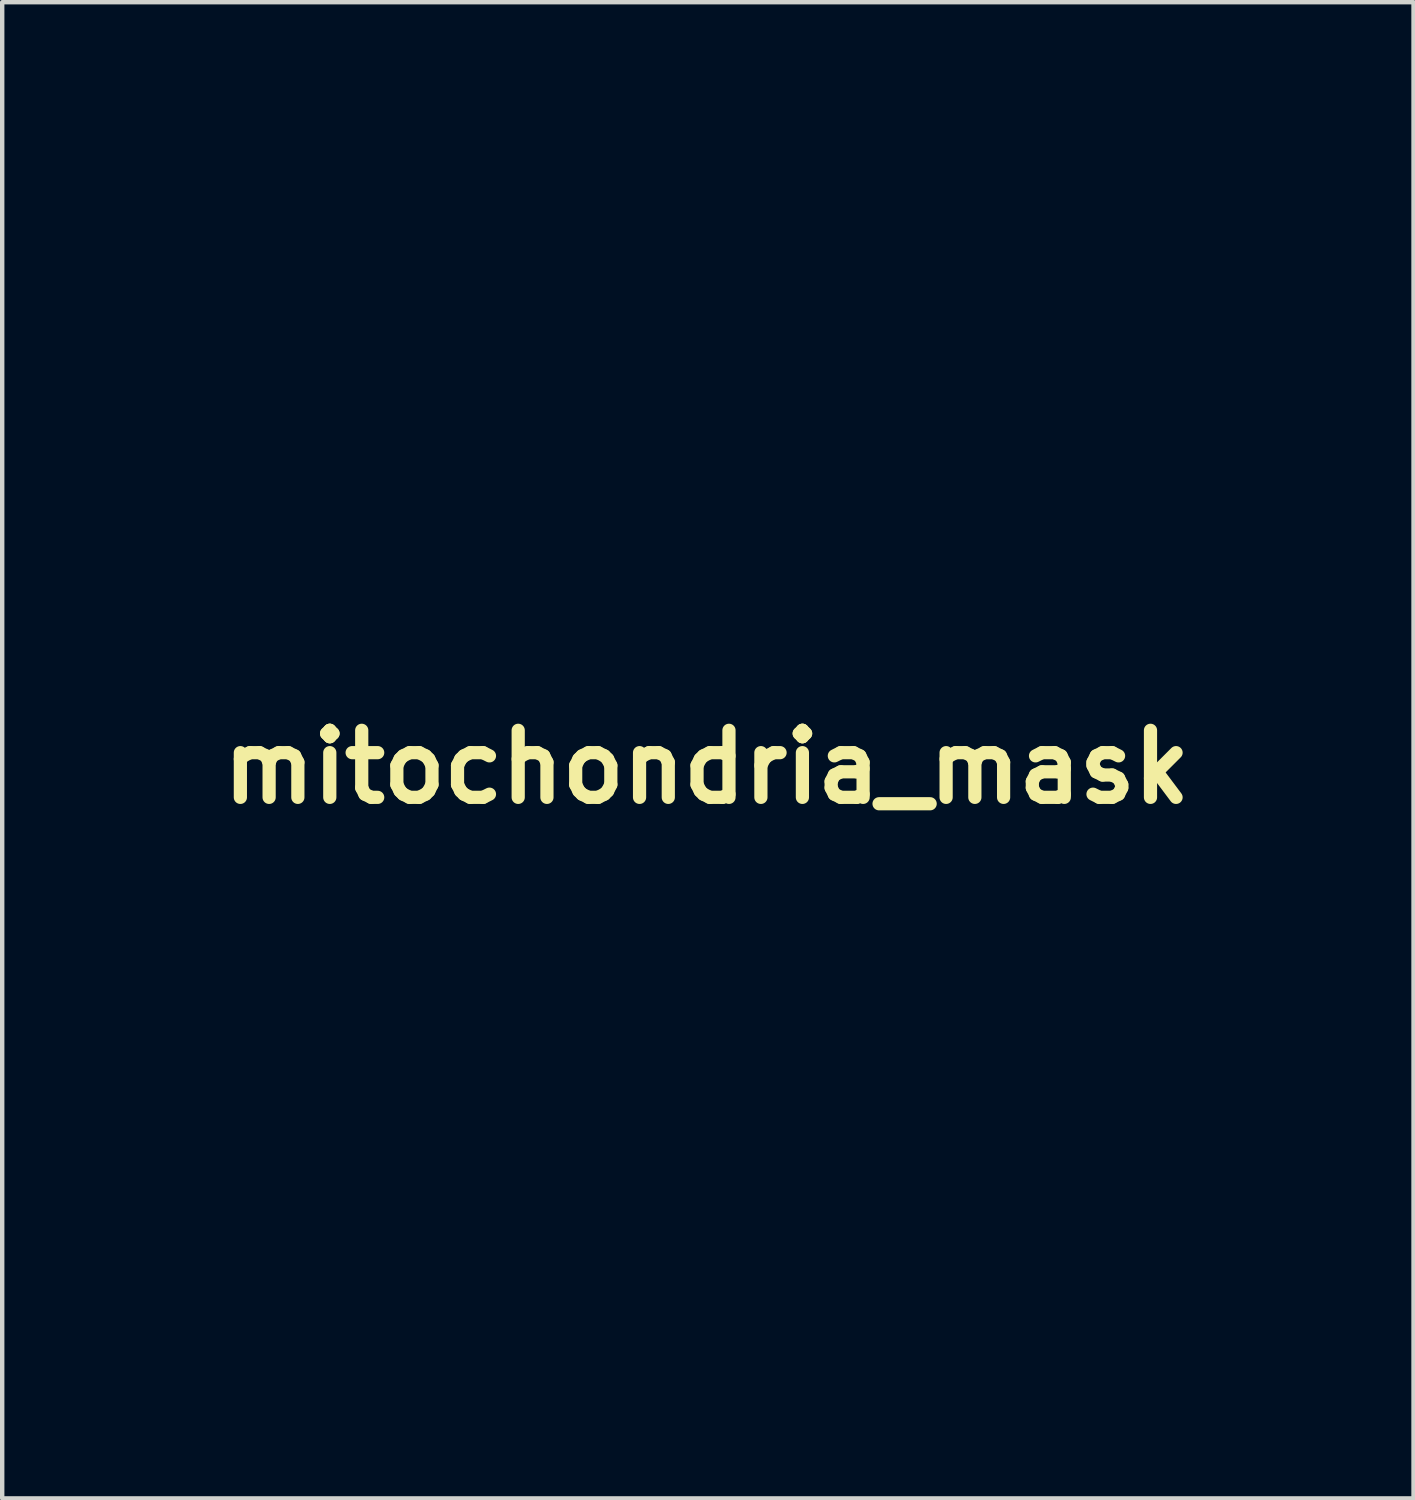
<source format=kicad_pcb>
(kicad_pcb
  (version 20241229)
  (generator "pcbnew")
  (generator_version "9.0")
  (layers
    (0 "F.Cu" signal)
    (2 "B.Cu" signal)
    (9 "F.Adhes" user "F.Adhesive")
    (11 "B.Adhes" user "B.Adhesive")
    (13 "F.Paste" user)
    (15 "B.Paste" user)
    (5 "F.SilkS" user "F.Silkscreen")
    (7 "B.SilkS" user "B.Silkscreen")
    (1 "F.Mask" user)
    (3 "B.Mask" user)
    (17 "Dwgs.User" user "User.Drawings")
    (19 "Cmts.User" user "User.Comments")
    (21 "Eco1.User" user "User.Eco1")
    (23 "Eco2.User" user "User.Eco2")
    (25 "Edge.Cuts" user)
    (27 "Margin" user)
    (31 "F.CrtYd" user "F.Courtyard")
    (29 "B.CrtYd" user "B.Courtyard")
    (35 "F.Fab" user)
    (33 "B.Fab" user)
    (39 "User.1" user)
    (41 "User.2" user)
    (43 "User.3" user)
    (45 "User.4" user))
  (footprint "mitochondria_mask"
    (layer "F.Cu")
    (at 13.008 14.381)
    (property "Reference" "mitochondria_mask" (at 0 0 0) (layer "F.SilkS") (effects (font (size 1.524 1.524) (thickness 0.3))))
    (attr through_hole)
    (fp_poly (pts (xy -3.432 -14.368) (xy -3.365 -14.364) (xy -2.974 -14.295) (xy -2.592 -14.147) (xy -2.241 -13.933) (xy -1.939 -13.666) (xy -1.709 -13.361) (xy -1.648 -13.244) (xy -1.606 -13.149) (xy -1.575 -13.059) (xy -1.553 -12.957) (xy -1.539 -12.827) (xy -1.53 -12.651) (xy -1.526 -12.413) (xy -1.525 -12.096) (xy -1.524 -11.951) (xy -1.523 -11.64) (xy -1.52 -11.367) (xy -1.516 -11.146) (xy -1.51 -10.994) (xy -1.503 -10.925) (xy -1.501 -10.922) (xy -1.453 -10.95) (xy -1.34 -11.025) (xy -1.179 -11.135) (xy -1.006 -11.257) (xy -0.718 -11.457) (xy -0.493 -11.601) (xy -0.315 -11.698) (xy -0.166 -11.755) (xy -0.03 -11.781) (xy 0.061 -11.785) (xy 0.216 -11.774) (xy 0.354 -11.735) (xy 0.486 -11.658) (xy 0.619 -11.535) (xy 0.764 -11.355) (xy 0.929 -11.11) (xy 1.123 -10.79) (xy 1.294 -10.493) (xy 1.455 -10.212) (xy 1.585 -9.983) (xy 1.688 -9.791) (xy 1.766 -9.621) (xy 1.823 -9.458) (xy 1.863 -9.287) (xy 1.889 -9.093) (xy 1.905 -8.861) (xy 1.913 -8.575) (xy 1.917 -8.22) (xy 1.92 -7.782) (xy 1.921 -7.691) (xy 1.937 -6.059) (xy 2.547 -5.901) (xy 3.187 -5.703) (xy 3.734 -5.465) (xy 4.188 -5.186) (xy 4.551 -4.865) (xy 4.821 -4.503) (xy 4.889 -4.378) (xy 5.055 -4.041) (xy 5.086 -1.115) (xy 5.695 -1.688) (xy 5.97 -1.943) (xy 6.186 -2.135) (xy 6.356 -2.27) (xy 6.492 -2.358) (xy 6.607 -2.406) (xy 6.714 -2.422) (xy 6.825 -2.415) (xy 6.833 -2.413) (xy 7.072 -2.349) (xy 7.371 -2.222) (xy 7.714 -2.044) (xy 8.089 -1.823) (xy 8.482 -1.57) (xy 8.879 -1.294) (xy 9.266 -1.005) (xy 9.63 -0.712) (xy 9.957 -0.425) (xy 10.234 -0.154) (xy 10.446 0.092) (xy 10.523 0.2) (xy 10.668 0.426) (xy 10.668 1.89) (xy 10.669 2.263) (xy 10.671 2.602) (xy 10.675 2.892) (xy 10.679 3.122) (xy 10.684 3.279) (xy 10.69 3.35) (xy 10.692 3.353) (xy 10.746 3.331) (xy 10.865 3.275) (xy 11.024 3.196) (xy 11.035 3.19) (xy 11.373 3.053) (xy 11.683 3) (xy 11.955 3.029) (xy 12.181 3.139) (xy 12.353 3.329) (xy 12.387 3.389) (xy 12.516 3.675) (xy 12.649 4.026) (xy 12.777 4.408) (xy 12.886 4.786) (xy 12.956 5.082) (xy 12.983 5.215) (xy 13.005 5.341) (xy 13.022 5.471) (xy 13.036 5.616) (xy 13.046 5.787) (xy 13.053 5.996) (xy 13.058 6.254) (xy 13.06 6.572) (xy 13.061 6.96) (xy 13.06 7.43) (xy 13.059 7.844) (xy 13.056 8.43) (xy 13.051 8.92) (xy 13.045 9.321) (xy 13.037 9.638) (xy 13.027 9.877) (xy 13.015 10.044) (xy 13.001 10.146) (xy 12.99 10.181) (xy 12.971 10.195) (xy 12.955 10.162) (xy 12.942 10.071) (xy 12.931 9.914) (xy 12.921 9.683) (xy 12.913 9.368) (xy 12.904 8.961) (xy 12.903 8.915) (xy 12.895 8.509) (xy 12.888 8.195) (xy 12.88 7.964) (xy 12.872 7.807) (xy 12.862 7.714) (xy 12.849 7.677) (xy 12.833 7.686) (xy 12.813 7.731) (xy 12.807 7.747) (xy 12.553 8.328) (xy 12.204 8.887) (xy 11.764 9.42) (xy 11.239 9.922) (xy 10.634 10.387) (xy 9.952 10.81) (xy 9.794 10.896) (xy 9.007 11.274) (xy 8.128 11.621) (xy 7.163 11.935) (xy 6.116 12.214) (xy 5.527 12.348) (xy 5.353 12.38) (xy 5.241 12.383) (xy 5.154 12.353) (xy 5.11 12.327) (xy 5.011 12.267) (xy 4.955 12.243) (xy 4.945 12.291) (xy 4.937 12.421) (xy 4.931 12.617) (xy 4.928 12.858) (xy 4.928 12.929) (xy 4.926 13.21) (xy 4.92 13.404) (xy 4.908 13.526) (xy 4.889 13.591) (xy 4.86 13.614) (xy 4.851 13.614) (xy 4.824 13.601) (xy 4.804 13.553) (xy 4.789 13.458) (xy 4.778 13.302) (xy 4.771 13.073) (xy 4.765 12.759) (xy 4.764 12.662) (xy 4.76 12.243) (xy 4.759 11.911) (xy 4.763 11.65) (xy 4.768 11.511) (xy 5.232 11.511) (xy 5.247 11.727) (xy 5.296 11.85) (xy 5.387 11.884) (xy 5.528 11.834) (xy 5.682 11.735) (xy 6.057 11.735) (xy 6.131 11.722) (xy 6.282 11.686) (xy 6.489 11.634) (xy 6.73 11.569) (xy 6.76 11.561) (xy 7.666 11.284) (xy 8.508 10.97) (xy 9.279 10.623) (xy 9.975 10.246) (xy 10.589 9.843) (xy 11.115 9.416) (xy 11.548 8.969) (xy 11.62 8.882) (xy 12 8.337) (xy 12.285 7.78) (xy 12.477 7.198) (xy 12.548 6.853) (xy 12.574 6.628) (xy 12.572 6.421) (xy 12.537 6.211) (xy 12.463 5.972) (xy 12.346 5.681) (xy 12.265 5.498) (xy 12.154 5.267) (xy 12.06 5.116) (xy 11.966 5.028) (xy 11.856 4.987) (xy 11.727 4.978) (xy 11.572 4.991) (xy 11.401 5.033) (xy 11.204 5.107) (xy 10.976 5.218) (xy 10.71 5.371) (xy 10.397 5.569) (xy 10.031 5.817) (xy 9.605 6.119) (xy 9.111 6.479) (xy 8.833 6.685) (xy 8.504 6.928) (xy 8.196 7.155) (xy 7.918 7.357) (xy 7.683 7.526) (xy 7.501 7.655) (xy 7.383 7.735) (xy 7.348 7.756) (xy 7.203 7.832) (xy 7.332 7.967) (xy 7.437 8.102) (xy 7.513 8.241) (xy 7.515 8.246) (xy 7.539 8.366) (xy 7.557 8.564) (xy 7.567 8.818) (xy 7.571 9.107) (xy 7.569 9.407) (xy 7.56 9.696) (xy 7.546 9.952) (xy 7.526 10.154) (xy 7.5 10.278) (xy 7.497 10.284) (xy 7.405 10.436) (xy 7.238 10.634) (xy 7.007 10.868) (xy 6.724 11.128) (xy 6.406 11.394) (xy 6.242 11.531) (xy 6.122 11.642) (xy 6.058 11.714) (xy 6.057 11.735) (xy 5.682 11.735) (xy 5.695 11.727) (xy 5.943 11.541) (xy 6.21 11.329) (xy 6.478 11.105) (xy 6.728 10.887) (xy 6.943 10.688) (xy 7.105 10.525) (xy 7.166 10.455) (xy 7.366 10.202) (xy 7.366 8.981) (xy 7.054 9.27) (xy 6.886 9.418) (xy 6.667 9.603) (xy 6.425 9.8) (xy 6.21 9.969) (xy 5.995 10.142) (xy 5.796 10.315) (xy 5.635 10.466) (xy 5.534 10.579) (xy 5.531 10.583) (xy 5.378 10.86) (xy 5.273 11.183) (xy 5.232 11.502) (xy 5.232 11.511) (xy 4.768 11.511) (xy 4.771 11.445) (xy 4.784 11.283) (xy 4.804 11.146) (xy 4.831 11.022) (xy 4.858 10.923) (xy 4.922 10.724) (xy 4.997 10.547) (xy 5.095 10.382) (xy 5.225 10.216) (xy 5.397 10.037) (xy 5.622 9.833) (xy 5.91 9.594) (xy 6.243 9.329) (xy 6.573 9.059) (xy 6.818 8.834) (xy 6.978 8.65) (xy 7.057 8.503) (xy 7.057 8.388) (xy 6.98 8.3) (xy 6.828 8.235) (xy 6.809 8.23) (xy 6.597 8.204) (xy 6.32 8.223) (xy 5.971 8.289) (xy 5.542 8.402) (xy 5.334 8.465) (xy 5.087 8.543) (xy 4.881 8.613) (xy 4.703 8.685) (xy 4.54 8.766) (xy 4.378 8.866) (xy 4.204 8.994) (xy 4.004 9.158) (xy 3.765 9.367) (xy 3.475 9.631) (xy 3.236 9.849) (xy 2.816 10.228) (xy 2.456 10.539) (xy 2.147 10.788) (xy 1.881 10.979) (xy 1.649 11.12) (xy 1.441 11.215) (xy 1.249 11.271) (xy 1.064 11.293) (xy 1.016 11.294) (xy 0.652 11.246) (xy 0.321 11.103) (xy 0.023 10.863) (xy -0.159 10.648) (xy -0.305 10.45) (xy -0.305 11.325) (xy -0.306 11.656) (xy -0.312 11.896) (xy -0.322 12.056) (xy -0.337 12.147) (xy -0.359 12.18) (xy -0.368 12.179) (xy -0.388 12.15) (xy -0.403 12.069) (xy -0.414 11.929) (xy -0.423 11.721) (xy -0.428 11.437) (xy -0.431 11.066) (xy -0.432 10.664) (xy -0.432 10.32) (xy 0.277 10.32) (xy 0.289 10.445) (xy 0.395 10.579) (xy 0.591 10.715) (xy 0.61 10.725) (xy 0.86 10.809) (xy 1.131 10.798) (xy 1.429 10.693) (xy 1.662 10.558) (xy 1.831 10.436) (xy 2.047 10.265) (xy 2.285 10.066) (xy 2.519 9.86) (xy 2.558 9.825) (xy 2.961 9.458) (xy 3.3 9.153) (xy 3.585 8.903) (xy 3.826 8.7) (xy 4.035 8.538) (xy 4.221 8.409) (xy 4.396 8.306) (xy 4.569 8.222) (xy 4.751 8.15) (xy 4.953 8.083) (xy 5.184 8.013) (xy 5.235 7.998) (xy 5.895 7.806) (xy 5.891 6.497) (xy 5.89 6.166) (xy 6.045 6.166) (xy 6.045 7.753) (xy 6.553 7.745) (xy 7.06 7.737) (xy 7.429 7.492) (xy 7.576 7.391) (xy 7.788 7.24) (xy 8.046 7.052) (xy 8.335 6.84) (xy 8.637 6.616) (xy 8.803 6.491) (xy 9.377 6.066) (xy 9.882 5.706) (xy 10.322 5.41) (xy 10.705 5.175) (xy 11.034 4.998) (xy 11.316 4.877) (xy 11.557 4.809) (xy 11.762 4.792) (xy 11.936 4.823) (xy 12.086 4.901) (xy 12.18 4.982) (xy 12.294 5.076) (xy 12.377 5.089) (xy 12.396 5.08) (xy 12.433 5.043) (xy 12.442 4.98) (xy 12.424 4.865) (xy 12.381 4.692) (xy 12.317 4.481) (xy 12.226 4.226) (xy 12.126 3.973) (xy 12.101 3.915) (xy 12.003 3.702) (xy 11.928 3.568) (xy 11.863 3.494) (xy 11.797 3.464) (xy 11.786 3.462) (xy 11.657 3.46) (xy 11.509 3.489) (xy 11.336 3.556) (xy 11.131 3.663) (xy 10.889 3.814) (xy 10.602 4.015) (xy 10.265 4.268) (xy 9.872 4.579) (xy 9.416 4.952) (xy 8.966 5.326) (xy 8.536 5.683) (xy 8.171 5.976) (xy 7.864 6.211) (xy 7.605 6.393) (xy 7.387 6.527) (xy 7.199 6.62) (xy 7.035 6.676) (xy 6.885 6.702) (xy 6.819 6.704) (xy 6.698 6.697) (xy 6.598 6.664) (xy 6.491 6.59) (xy 6.346 6.458) (xy 6.324 6.436) (xy 6.045 6.166) (xy 5.89 6.166) (xy 5.89 6.095) (xy 5.892 5.78) (xy 5.895 5.54) (xy 5.899 5.45) (xy 6.351 5.45) (xy 6.378 5.626) (xy 6.452 5.817) (xy 6.556 5.999) (xy 6.674 6.147) (xy 6.792 6.235) (xy 6.85 6.248) (xy 6.935 6.224) (xy 7.069 6.162) (xy 7.158 6.113) (xy 7.293 6.031) (xy 7.442 5.93) (xy 7.616 5.803) (xy 7.825 5.643) (xy 8.077 5.441) (xy 8.384 5.191) (xy 8.754 4.885) (xy 8.916 4.75) (xy 9.197 4.518) (xy 9.472 4.292) (xy 9.725 4.088) (xy 9.939 3.917) (xy 10.099 3.794) (xy 10.146 3.759) (xy 10.462 3.531) (xy 10.46 2.362) (xy 10.459 1.98) (xy 10.455 1.691) (xy 10.449 1.485) (xy 10.439 1.354) (xy 10.425 1.288) (xy 10.407 1.279) (xy 10.398 1.29) (xy 10.118 1.699) (xy 9.781 2.127) (xy 9.404 2.562) (xy 8.999 2.988) (xy 8.58 3.393) (xy 8.162 3.763) (xy 7.759 4.084) (xy 7.384 4.343) (xy 7.132 4.486) (xy 6.807 4.687) (xy 6.564 4.917) (xy 6.41 5.167) (xy 6.352 5.431) (xy 6.351 5.45) (xy 5.899 5.45) (xy 5.903 5.359) (xy 5.915 5.223) (xy 5.933 5.119) (xy 5.957 5.033) (xy 5.989 4.951) (xy 5.997 4.932) (xy 6.155 4.671) (xy 6.391 4.417) (xy 6.683 4.192) (xy 6.89 4.073) (xy 7.086 3.964) (xy 7.312 3.822) (xy 7.518 3.68) (xy 7.717 3.521) (xy 7.964 3.304) (xy 8.242 3.046) (xy 8.534 2.764) (xy 8.82 2.477) (xy 9.082 2.202) (xy 9.304 1.957) (xy 9.41 1.83) (xy 9.716 1.45) (xy 9.324 1.08) (xy 9.042 0.834) (xy 8.717 0.583) (xy 8.366 0.337) (xy 8.007 0.108) (xy 7.658 -0.094) (xy 7.335 -0.257) (xy 7.056 -0.373) (xy 6.877 -0.422) (xy 6.822 -0.429) (xy 6.765 -0.422) (xy 6.699 -0.397) (xy 6.615 -0.347) (xy 6.506 -0.266) (xy 6.365 -0.147) (xy 6.184 0.015) (xy 5.956 0.228) (xy 5.672 0.496) (xy 5.325 0.827) (xy 5.188 0.958) (xy 4.909 1.225) (xy 4.641 1.482) (xy 4.396 1.716) (xy 4.187 1.915) (xy 4.027 2.068) (xy 3.937 2.154) (xy 3.806 2.279) (xy 3.746 2.341) (xy 3.753 2.348) (xy 3.824 2.306) (xy 3.886 2.266) (xy 4.219 2.093) (xy 4.527 2.013) (xy 4.823 2.025) (xy 5.119 2.128) (xy 5.131 2.134) (xy 5.277 2.216) (xy 5.391 2.303) (xy 5.477 2.41) (xy 5.538 2.549) (xy 5.578 2.732) (xy 5.6 2.972) (xy 5.608 3.283) (xy 5.604 3.676) (xy 5.6 3.886) (xy 5.575 5.004) (xy 2.942 7.611) (xy 2.512 8.039) (xy 2.102 8.447) (xy 1.72 8.83) (xy 1.369 9.182) (xy 1.058 9.498) (xy 0.79 9.771) (xy 0.573 9.996) (xy 0.411 10.167) (xy 0.31 10.277) (xy 0.277 10.32) (xy -0.432 10.32) (xy -0.432 9.8) (xy 0.023 9.8) (xy 0.047 9.944) (xy 0.084 10.074) (xy 0.111 10.15) (xy 0.116 10.158) (xy 0.153 10.123) (xy 0.257 10.022) (xy 0.421 9.861) (xy 0.64 9.645) (xy 0.909 9.38) (xy 1.222 9.071) (xy 1.573 8.724) (xy 1.957 8.345) (xy 2.367 7.939) (xy 2.781 7.53) (xy 5.436 4.902) (xy 5.436 4.256) (xy 5.436 3.61) (xy 4.991 4.074) (xy 4.85 4.219) (xy 4.648 4.424) (xy 4.397 4.675) (xy 4.108 4.963) (xy 3.793 5.275) (xy 3.465 5.599) (xy 3.175 5.884) (xy 2.571 6.478) (xy 2.04 7.005) (xy 1.578 7.465) (xy 1.186 7.862) (xy 0.86 8.197) (xy 0.599 8.472) (xy 0.402 8.688) (xy 0.265 8.849) (xy 0.188 8.955) (xy 0.176 8.977) (xy 0.081 9.242) (xy 0.028 9.53) (xy 0.023 9.8) (xy -0.432 9.8) (xy -0.432 9.169) (xy -0.264 8.815) (xy -0.228 8.743) (xy -0.186 8.67) (xy -0.134 8.591) (xy -0.065 8.5) (xy 0.026 8.392) (xy 0.144 8.26) (xy 0.294 8.099) (xy 0.482 7.904) (xy 0.712 7.669) (xy 0.991 7.388) (xy 1.323 7.055) (xy 1.715 6.666) (xy 2.17 6.213) (xy 2.441 5.945) (xy 2.957 5.433) (xy 3.405 4.986) (xy 3.79 4.601) (xy 4.117 4.27) (xy 4.389 3.99) (xy 4.611 3.755) (xy 4.789 3.559) (xy 4.927 3.398) (xy 5.028 3.265) (xy 5.098 3.156) (xy 5.142 3.066) (xy 5.164 2.989) (xy 5.168 2.919) (xy 5.159 2.852) (xy 5.151 2.817) (xy 5.07 2.681) (xy 4.921 2.568) (xy 4.737 2.5) (xy 4.633 2.489) (xy 4.538 2.497) (xy 4.434 2.522) (xy 4.316 2.571) (xy 4.178 2.646) (xy 4.014 2.754) (xy 3.818 2.899) (xy 3.582 3.085) (xy 3.303 3.318) (xy 2.972 3.601) (xy 2.585 3.939) (xy 2.134 4.338) (xy 1.675 4.748) (xy 1.099 5.262) (xy 0.592 5.712) (xy 0.148 6.103) (xy -0.241 6.441) (xy -0.58 6.728) (xy -0.875 6.972) (xy -1.134 7.176) (xy -1.361 7.345) (xy -1.564 7.484) (xy -1.749 7.598) (xy -1.922 7.692) (xy -2.089 7.77) (xy -2.257 7.837) (xy -2.432 7.899) (xy -2.463 7.909) (xy -2.857 8.004) (xy -3.278 8.046) (xy -3.692 8.034) (xy -4.066 7.969) (xy -4.186 7.931) (xy -4.548 7.777) (xy -4.901 7.576) (xy -5.254 7.319) (xy -5.617 6.998) (xy -5.999 6.606) (xy -6.41 6.134) (xy -6.662 5.824) (xy -7.125 5.244) (xy -6.519 5.244) (xy -6.517 5.246) (xy -6.027 5.867) (xy -5.559 6.391) (xy -5.112 6.818) (xy -4.685 7.149) (xy -4.277 7.385) (xy -3.99 7.498) (xy -3.765 7.543) (xy -3.48 7.563) (xy -3.175 7.558) (xy -2.888 7.53) (xy -2.689 7.487) (xy -2.511 7.43) (xy -2.338 7.364) (xy -2.163 7.283) (xy -1.979 7.183) (xy -1.78 7.058) (xy -1.56 6.905) (xy -1.311 6.717) (xy -1.028 6.49) (xy -0.703 6.22) (xy -0.331 5.9) (xy 0.096 5.527) (xy 0.583 5.094) (xy 1.137 4.599) (xy 1.199 4.543) (xy 1.567 4.213) (xy 1.864 3.946) (xy 2.093 3.738) (xy 2.26 3.584) (xy 2.368 3.48) (xy 2.423 3.422) (xy 2.427 3.404) (xy 2.386 3.423) (xy 2.303 3.473) (xy 2.184 3.551) (xy 2.068 3.627) (xy 1.506 3.956) (xy 0.938 4.21) (xy 0.378 4.384) (xy -0.159 4.473) (xy -0.356 4.483) (xy -0.692 4.47) (xy -0.951 4.411) (xy -1.146 4.304) (xy -1.243 4.209) (xy -1.287 4.154) (xy -1.32 4.099) (xy -1.343 4.028) (xy -1.358 3.927) (xy -1.366 3.779) (xy -1.37 3.57) (xy -1.371 3.289) (xy -1.218 3.289) (xy -1.213 3.598) (xy -1.195 3.824) (xy -1.157 3.985) (xy -1.094 4.098) (xy -1 4.182) (xy -0.914 4.232) (xy -0.725 4.29) (xy -0.465 4.31) (xy -0.155 4.296) (xy 0.18 4.248) (xy 0.519 4.168) (xy 0.61 4.141) (xy 0.937 4.024) (xy 1.267 3.878) (xy 1.607 3.699) (xy 1.963 3.481) (xy 2.342 3.219) (xy 2.75 2.909) (xy 3.195 2.546) (xy 3.681 2.124) (xy 4.217 1.639) (xy 4.808 1.087) (xy 5.283 0.633) (xy 5.634 0.296) (xy 5.921 0.025) (xy 6.152 -0.188) (xy 6.334 -0.349) (xy 6.476 -0.465) (xy 6.586 -0.542) (xy 6.671 -0.587) (xy 6.739 -0.607) (xy 6.771 -0.609) (xy 6.975 -0.577) (xy 7.241 -0.486) (xy 7.554 -0.344) (xy 7.898 -0.161) (xy 8.261 0.056) (xy 8.626 0.298) (xy 8.979 0.556) (xy 9.307 0.822) (xy 9.517 1.012) (xy 9.673 1.157) (xy 9.78 1.23) (xy 9.859 1.226) (xy 9.933 1.141) (xy 10.026 0.972) (xy 10.056 0.914) (xy 10.141 0.739) (xy 10.179 0.612) (xy 10.163 0.505) (xy 10.088 0.388) (xy 9.948 0.23) (xy 9.927 0.207) (xy 9.697 -0.022) (xy 9.417 -0.271) (xy 9.102 -0.529) (xy 8.762 -0.789) (xy 8.411 -1.042) (xy 8.061 -1.279) (xy 7.725 -1.491) (xy 7.415 -1.672) (xy 7.145 -1.811) (xy 6.926 -1.9) (xy 6.774 -1.93) (xy 6.741 -1.93) (xy 6.708 -1.924) (xy 6.669 -1.907) (xy 6.616 -1.873) (xy 6.542 -1.815) (xy 6.441 -1.727) (xy 6.306 -1.603) (xy 6.129 -1.437) (xy 5.903 -1.223) (xy 5.622 -0.954) (xy 5.279 -0.624) (xy 5.059 -0.413) (xy 4.369 0.236) (xy 3.736 0.805) (xy 3.154 1.297) (xy 2.623 1.714) (xy 2.137 2.058) (xy 1.694 2.332) (xy 1.291 2.538) (xy 1.177 2.587) (xy 0.68 2.767) (xy 0.216 2.884) (xy -0.205 2.937) (xy -0.573 2.926) (xy -0.878 2.85) (xy -0.944 2.82) (xy -1.083 2.75) (xy -1.179 2.704) (xy -1.206 2.693) (xy -1.211 2.74) (xy -1.215 2.869) (xy -1.218 3.06) (xy -1.218 3.289) (xy -1.371 3.289) (xy -1.372 3.283) (xy -1.372 3.067) (xy -1.37 2.687) (xy -1.362 2.39) (xy -1.349 2.244) (xy -0.884 2.244) (xy -0.856 2.321) (xy -0.702 2.429) (xy -0.471 2.48) (xy -0.172 2.476) (xy 0.188 2.413) (xy 0.191 2.413) (xy 0.553 2.313) (xy 0.91 2.182) (xy 1.272 2.015) (xy 1.645 1.805) (xy 2.04 1.548) (xy 2.464 1.238) (xy 2.926 0.868) (xy 3.435 0.434) (xy 3.999 -0.071) (xy 4.128 -0.188) (xy 4.877 -0.875) (xy 4.877 -2.866) (xy 4.569 -2.36) (xy 4.448 -2.164) (xy 4.337 -1.995) (xy 4.226 -1.845) (xy 4.106 -1.705) (xy 3.968 -1.567) (xy 3.802 -1.424) (xy 3.598 -1.268) (xy 3.348 -1.09) (xy 3.042 -0.882) (xy 2.671 -0.637) (xy 2.225 -0.346) (xy 2.153 -0.3) (xy 1.804 -0.072) (xy 1.457 0.158) (xy 1.127 0.379) (xy 0.832 0.58) (xy 0.588 0.749) (xy 0.414 0.874) (xy 0.034 1.168) (xy -0.288 1.444) (xy -0.545 1.695) (xy -0.733 1.916) (xy -0.848 2.101) (xy -0.884 2.244) (xy -1.349 2.244) (xy -1.341 2.158) (xy -1.302 1.972) (xy -1.239 1.816) (xy -1.146 1.669) (xy -1.018 1.515) (xy -0.848 1.334) (xy -0.818 1.303) (xy -0.668 1.153) (xy -0.504 1.003) (xy -0.318 0.845) (xy -0.101 0.674) (xy 0.157 0.483) (xy 0.463 0.266) (xy 0.826 0.016) (xy 1.255 -0.273) (xy 1.76 -0.607) (xy 1.935 -0.723) (xy 2.294 -0.961) (xy 2.634 -1.189) (xy 2.944 -1.399) (xy 3.212 -1.584) (xy 3.427 -1.735) (xy 3.577 -1.844) (xy 3.642 -1.897) (xy 3.76 -2.023) (xy 3.903 -2.207) (xy 4.05 -2.418) (xy 4.117 -2.523) (xy 4.387 -2.964) (xy 4.179 -3.149) (xy 3.845 -3.392) (xy 3.42 -3.612) (xy 2.912 -3.804) (xy 2.33 -3.967) (xy 2.118 -4.015) (xy 1.779 -4.074) (xy 1.459 -4.102) (xy 1.145 -4.094) (xy 0.827 -4.048) (xy 0.492 -3.959) (xy 0.129 -3.825) (xy -0.274 -3.642) (xy -0.728 -3.406) (xy -1.245 -3.115) (xy -1.573 -2.922) (xy -1.865 -2.749) (xy -2.162 -2.576) (xy -2.44 -2.416) (xy -2.673 -2.285) (xy -2.787 -2.222) (xy -3.212 -1.992) (xy -2.381 -1.973) (xy -2.061 -1.965) (xy -1.824 -1.954) (xy -1.651 -1.939) (xy -1.521 -1.917) (xy -1.417 -1.885) (xy -1.321 -1.842) (xy -1.201 -1.781) (xy -1.111 -1.719) (xy -1.045 -1.643) (xy -1 -1.538) (xy -0.973 -1.391) (xy -0.959 -1.187) (xy -0.955 -0.912) (xy -0.957 -0.552) (xy -0.958 -0.483) (xy -0.968 0.533) (xy -1.132 0.679) (xy -1.21 0.743) (xy -1.36 0.86) (xy -1.569 1.022) (xy -1.828 1.22) (xy -2.125 1.446) (xy -2.451 1.692) (xy -2.718 1.893) (xy -3.181 2.242) (xy -3.574 2.539) (xy -3.907 2.793) (xy -4.192 3.014) (xy -4.441 3.209) (xy -4.663 3.387) (xy -4.87 3.558) (xy -5.074 3.731) (xy -5.285 3.913) (xy -5.471 4.077) (xy -5.792 4.367) (xy -6.062 4.628) (xy -6.276 4.853) (xy -6.427 5.034) (xy -6.51 5.167) (xy -6.519 5.244) (xy -7.125 5.244) (xy -7.264 5.069) (xy -7.264 7.026) (xy -7.37 6.93) (xy -7.403 6.897) (xy -7.428 6.856) (xy -7.446 6.794) (xy -7.458 6.699) (xy -7.465 6.558) (xy -7.467 6.359) (xy -7.466 6.088) (xy -7.462 5.734) (xy -7.459 5.563) (xy -7.446 4.557) (xy -6.947 4.557) (xy -6.9 4.741) (xy -6.803 4.896) (xy -6.695 5.033) (xy -6.195 4.526) (xy -5.962 4.298) (xy -5.682 4.037) (xy -5.388 3.772) (xy -5.113 3.535) (xy -5.076 3.504) (xy -4.875 3.341) (xy -4.61 3.129) (xy -4.295 2.884) (xy -3.949 2.616) (xy -3.587 2.339) (xy -3.226 2.067) (xy -3.131 1.995) (xy -2.791 1.74) (xy -2.462 1.492) (xy -2.155 1.259) (xy -1.885 1.053) (xy -1.665 0.884) (xy -1.507 0.76) (xy -1.46 0.723) (xy -1.118 0.446) (xy -1.118 -0.866) (xy -1.46 -0.575) (xy -1.589 -0.47) (xy -1.786 -0.316) (xy -2.037 -0.122) (xy -2.329 0.101) (xy -2.648 0.343) (xy -2.98 0.592) (xy -3.073 0.662) (xy -3.75 1.171) (xy -4.346 1.63) (xy -4.865 2.045) (xy -5.313 2.418) (xy -5.695 2.755) (xy -6.016 3.06) (xy -6.281 3.337) (xy -6.494 3.59) (xy -6.655 3.816) (xy -6.826 4.11) (xy -6.923 4.351) (xy -6.947 4.557) (xy -7.446 4.557) (xy -7.442 4.293) (xy -7.285 3.962) (xy -7.16 3.724) (xy -7.007 3.484) (xy -6.82 3.236) (xy -6.594 2.975) (xy -6.324 2.696) (xy -6.003 2.394) (xy -5.627 2.064) (xy -5.189 1.699) (xy -4.684 1.296) (xy -4.106 0.848) (xy -3.45 0.351) (xy -3.324 0.256) (xy -2.856 -0.096) (xy -2.465 -0.393) (xy -2.145 -0.641) (xy -1.892 -0.842) (xy -1.699 -1.003) (xy -1.561 -1.127) (xy -1.473 -1.219) (xy -1.43 -1.283) (xy -1.422 -1.311) (xy -1.442 -1.374) (xy -1.506 -1.422) (xy -1.627 -1.456) (xy -1.815 -1.479) (xy -2.079 -1.493) (xy -2.431 -1.498) (xy -2.565 -1.498) (xy -3.141 -1.489) (xy -3.623 -1.459) (xy -4.019 -1.408) (xy -4.335 -1.336) (xy -4.577 -1.242) (xy -4.734 -1.152) (xy -4.919 -1.025) (xy -5.139 -0.856) (xy -5.402 -0.638) (xy -5.713 -0.366) (xy -6.081 -0.034) (xy -6.513 0.365) (xy -6.529 0.38) (xy -6.999 0.812) (xy -7.407 1.172) (xy -7.759 1.466) (xy -8.061 1.697) (xy -8.319 1.869) (xy -8.541 1.987) (xy -8.731 2.055) (xy -8.896 2.076) (xy -9.023 2.061) (xy -9.129 2.007) (xy -9.277 1.894) (xy -9.443 1.741) (xy -9.479 1.705) (xy -9.779 1.328) (xy -10.041 0.864) (xy -10.262 0.317) (xy -10.339 0.076) (xy -10.403 -0.137) (xy -10.461 -0.321) (xy -10.504 -0.45) (xy -10.516 -0.483) (xy -10.527 -0.459) (xy -10.537 -0.343) (xy -10.546 -0.143) (xy -10.553 0.132) (xy -10.559 0.474) (xy -10.563 0.873) (xy -10.565 1.219) (xy -10.566 1.695) (xy -10.569 2.079) (xy -10.572 2.379) (xy -10.577 2.605) (xy -10.584 2.765) (xy -10.594 2.868) (xy -10.606 2.924) (xy -10.621 2.941) (xy -10.641 2.929) (xy -10.647 2.921) (xy -10.666 2.845) (xy -10.682 2.68) (xy -10.694 2.436) (xy -10.704 2.126) (xy -10.711 1.761) (xy -10.715 1.352) (xy -10.717 0.912) (xy -10.716 0.451) (xy -10.713 -0.018) (xy -10.707 -0.483) (xy -10.699 -0.934) (xy -10.69 -1.306) (xy -10.174 -1.306) (xy -10.109 -0.945) (xy -9.989 -0.399) (xy -9.832 0.118) (xy -9.644 0.587) (xy -9.434 0.993) (xy -9.207 1.317) (xy -9.166 1.365) (xy -9.028 1.51) (xy -8.922 1.584) (xy -8.816 1.593) (xy -8.68 1.544) (xy -8.577 1.493) (xy -8.434 1.405) (xy -8.239 1.26) (xy -7.988 1.053) (xy -7.677 0.782) (xy -7.303 0.444) (xy -6.898 0.069) (xy -6.618 -0.19) (xy -6.336 -0.448) (xy -6.068 -0.688) (xy -5.832 -0.896) (xy -5.646 -1.056) (xy -5.584 -1.108) (xy -5.17 -1.444) (xy -5.493 -1.504) (xy -5.898 -1.604) (xy -6.246 -1.739) (xy -6.524 -1.902) (xy -6.719 -2.087) (xy -6.78 -2.181) (xy -6.808 -2.26) (xy -6.829 -2.384) (xy -6.844 -2.566) (xy -6.854 -2.819) (xy -6.86 -3.155) (xy -6.861 -3.317) (xy -6.862 -3.617) (xy -6.706 -3.617) (xy -6.706 -2.981) (xy -6.705 -2.715) (xy -6.699 -2.53) (xy -6.686 -2.404) (xy -6.661 -2.317) (xy -6.622 -2.248) (xy -6.572 -2.186) (xy -6.383 -2.02) (xy -6.12 -1.871) (xy -5.809 -1.751) (xy -5.618 -1.701) (xy -5.315 -1.647) (xy -5.072 -1.635) (xy -4.857 -1.667) (xy -4.683 -1.724) (xy -4.49 -1.788) (xy -4.258 -1.849) (xy -4.109 -1.88) (xy -3.851 -1.947) (xy -3.533 -2.068) (xy -3.15 -2.245) (xy -2.698 -2.48) (xy -2.173 -2.775) (xy -1.879 -2.948) (xy -1.343 -3.261) (xy -0.88 -3.521) (xy -0.477 -3.733) (xy -0.124 -3.901) (xy 0.192 -4.031) (xy 0.481 -4.126) (xy 0.755 -4.192) (xy 1.026 -4.234) (xy 1.274 -4.254) (xy 1.497 -4.262) (xy 1.685 -4.258) (xy 1.87 -4.237) (xy 2.084 -4.196) (xy 2.359 -4.13) (xy 2.396 -4.121) (xy 2.876 -3.992) (xy 3.273 -3.861) (xy 3.608 -3.722) (xy 3.9 -3.565) (xy 4.169 -3.382) (xy 4.254 -3.316) (xy 4.47 -3.143) (xy 4.525 -3.286) (xy 4.569 -3.492) (xy 4.575 -3.741) (xy 4.544 -3.982) (xy 4.494 -4.136) (xy 4.299 -4.439) (xy 4.016 -4.723) (xy 3.659 -4.975) (xy 3.241 -5.187) (xy 3.15 -5.224) (xy 2.826 -5.336) (xy 2.459 -5.441) (xy 2.086 -5.53) (xy 1.743 -5.594) (xy 1.523 -5.621) (xy 1.235 -5.626) (xy 0.934 -5.592) (xy 0.61 -5.516) (xy 0.253 -5.394) (xy -0.147 -5.223) (xy -0.6 -4.997) (xy -1.114 -4.715) (xy -1.549 -4.462) (xy -2.067 -4.159) (xy -2.512 -3.907) (xy -2.897 -3.698) (xy -3.235 -3.528) (xy -3.539 -3.391) (xy -3.82 -3.28) (xy -4.091 -3.19) (xy -4.365 -3.115) (xy -4.43 -3.099) (xy -4.929 -3.018) (xy -5.401 -3.016) (xy -5.834 -3.093) (xy -6.218 -3.246) (xy -6.519 -3.453) (xy -6.706 -3.617) (xy -6.862 -3.617) (xy -6.862 -3.628) (xy -6.858 -3.906) (xy -6.851 -4.126) (xy -6.401 -4.126) (xy -6.351 -3.962) (xy -6.208 -3.806) (xy -5.98 -3.666) (xy -5.754 -3.574) (xy -5.475 -3.495) (xy -5.215 -3.463) (xy -4.942 -3.477) (xy -4.618 -3.536) (xy -4.547 -3.553) (xy -4.004 -3.719) (xy -3.415 -3.967) (xy -2.775 -4.3) (xy -2.655 -4.368) (xy -2.39 -4.521) (xy -2.072 -4.704) (xy -1.734 -4.9) (xy -1.411 -5.086) (xy -1.307 -5.146) (xy -0.744 -5.457) (xy -0.242 -5.701) (xy 0.21 -5.883) (xy 0.624 -6.006) (xy 1.011 -6.076) (xy 1.354 -6.096) (xy 1.727 -6.096) (xy 1.727 -8.421) (xy 1.546 -8.255) (xy 1.354 -8.111) (xy 1.072 -7.944) (xy 0.708 -7.758) (xy 0.269 -7.557) (xy -0.237 -7.345) (xy -0.801 -7.126) (xy -0.838 -7.112) (xy -1.652 -6.804) (xy -2.377 -6.522) (xy -3.021 -6.261) (xy -3.592 -6.019) (xy -4.099 -5.79) (xy -4.55 -5.573) (xy -4.953 -5.363) (xy -5.316 -5.156) (xy -5.464 -5.066) (xy -5.774 -4.857) (xy -6.033 -4.648) (xy -6.23 -4.45) (xy -6.357 -4.272) (xy -6.401 -4.126) (xy -6.851 -4.126) (xy -6.851 -4.134) (xy -6.841 -4.296) (xy -6.83 -4.375) (xy -6.828 -4.378) (xy -6.841 -4.385) (xy -6.913 -4.335) (xy -7.013 -4.253) (xy -7.218 -4.084) (xy -7.44 -3.91) (xy -7.694 -3.719) (xy -8 -3.498) (xy -8.357 -3.246) (xy -8.777 -2.933) (xy -9.161 -2.608) (xy -9.496 -2.285) (xy -9.769 -1.976) (xy -9.966 -1.696) (xy -10.003 -1.631) (xy -10.174 -1.306) (xy -10.69 -1.306) (xy -10.689 -1.358) (xy -10.676 -1.744) (xy -10.666 -1.989) (xy -10.211 -1.989) (xy -10.211 -1.66) (xy -9.961 -2.016) (xy -9.792 -2.234) (xy -9.588 -2.464) (xy -9.392 -2.658) (xy -9.389 -2.661) (xy -9.244 -2.783) (xy -9.035 -2.949) (xy -8.782 -3.141) (xy -8.506 -3.347) (xy -8.237 -3.541) (xy -7.673 -3.958) (xy -7.196 -4.347) (xy -6.795 -4.715) (xy -6.463 -5.07) (xy -6.35 -5.207) (xy -6.178 -5.435) (xy -6.062 -5.628) (xy -5.991 -5.817) (xy -5.956 -6.035) (xy -5.944 -6.313) (xy -5.944 -6.406) (xy -5.944 -6.923) (xy -6.117 -6.696) (xy -6.267 -6.524) (xy -6.482 -6.308) (xy -6.744 -6.064) (xy -7.037 -5.808) (xy -7.342 -5.554) (xy -7.642 -5.32) (xy -7.837 -5.177) (xy -8.066 -5.012) (xy -8.292 -4.847) (xy -8.487 -4.701) (xy -8.611 -4.605) (xy -9.128 -4.149) (xy -9.545 -3.69) (xy -9.86 -3.228) (xy -10.075 -2.763) (xy -10.19 -2.295) (xy -10.211 -1.989) (xy -10.666 -1.989) (xy -10.662 -2.081) (xy -10.645 -2.356) (xy -10.627 -2.557) (xy -10.607 -2.674) (xy -10.607 -2.675) (xy -10.453 -3.098) (xy -10.252 -3.497) (xy -9.997 -3.879) (xy -9.677 -4.257) (xy -9.286 -4.639) (xy -8.815 -5.035) (xy -8.302 -5.422) (xy -7.762 -5.827) (xy -7.298 -6.204) (xy -6.914 -6.55) (xy -6.613 -6.863) (xy -6.396 -7.14) (xy -6.266 -7.379) (xy -6.225 -7.566) (xy -6.271 -7.778) (xy -6.394 -7.975) (xy -6.569 -8.127) (xy -6.682 -8.179) (xy -6.797 -8.204) (xy -6.917 -8.197) (xy -7.051 -8.154) (xy -7.208 -8.068) (xy -7.395 -7.934) (xy -7.621 -7.745) (xy -7.896 -7.496) (xy -8.227 -7.182) (xy -8.403 -7.011) (xy -8.856 -6.576) (xy -9.253 -6.212) (xy -9.602 -5.912) (xy -9.911 -5.668) (xy -10.19 -5.474) (xy -10.448 -5.323) (xy -10.566 -5.263) (xy -10.943 -5.135) (xy -11.327 -5.101) (xy -11.701 -5.163) (xy -11.872 -5.227) (xy -12.077 -5.349) (xy -12.303 -5.534) (xy -12.522 -5.755) (xy -12.706 -5.987) (xy -12.71 -5.994) (xy -12.73 -6.018) (xy -12.746 -6.023) (xy -12.759 -6.002) (xy -12.77 -5.946) (xy -12.779 -5.848) (xy -12.786 -5.701) (xy -12.791 -5.496) (xy -12.795 -5.226) (xy -12.798 -4.883) (xy -12.8 -4.46) (xy -12.802 -3.949) (xy -12.803 -3.505) (xy -12.805 -2.923) (xy -12.806 -2.436) (xy -12.808 -2.034) (xy -12.811 -1.712) (xy -12.815 -1.461) (xy -12.82 -1.275) (xy -12.827 -1.144) (xy -12.836 -1.063) (xy -12.847 -1.022) (xy -12.86 -1.016) (xy -12.877 -1.035) (xy -12.897 -1.074) (xy -12.906 -1.092) (xy -12.927 -1.141) (xy -12.944 -1.197) (xy -12.959 -1.269) (xy -12.971 -1.366) (xy -12.981 -1.496) (xy -12.988 -1.668) (xy -12.993 -1.89) (xy -12.997 -2.17) (xy -13 -2.517) (xy -13.002 -2.94) (xy -13.002 -3.447) (xy -13.003 -4.047) (xy -13.003 -4.089) (xy -13.002 -4.63) (xy -12.999 -5.155) (xy -12.995 -5.651) (xy -12.99 -6.108) (xy -12.983 -6.514) (xy -12.982 -6.544) (xy -12.355 -6.544) (xy -12.315 -6.315) (xy -12.211 -6.113) (xy -12.075 -5.952) (xy -11.802 -5.731) (xy -11.502 -5.604) (xy -11.186 -5.574) (xy -10.865 -5.641) (xy -10.717 -5.706) (xy -10.48 -5.844) (xy -10.217 -6.026) (xy -9.921 -6.259) (xy -9.583 -6.55) (xy -9.195 -6.904) (xy -8.75 -7.33) (xy -8.739 -7.341) (xy -8.381 -7.685) (xy -8.083 -7.963) (xy -7.836 -8.182) (xy -7.63 -8.349) (xy -7.456 -8.473) (xy -7.303 -8.561) (xy -7.163 -8.62) (xy -7.091 -8.642) (xy -6.785 -8.675) (xy -6.491 -8.61) (xy -6.218 -8.453) (xy -5.975 -8.205) (xy -5.911 -8.116) (xy -5.751 -7.878) (xy -5.775 -6.822) (xy -5.783 -6.468) (xy -5.792 -6.199) (xy -5.802 -5.999) (xy -5.816 -5.853) (xy -5.837 -5.743) (xy -5.865 -5.655) (xy -5.904 -5.572) (xy -5.936 -5.511) (xy -6.074 -5.256) (xy -5.666 -5.502) (xy -5.43 -5.64) (xy -5.15 -5.795) (xy -4.874 -5.942) (xy -4.775 -5.992) (xy -4.468 -6.144) (xy -4.157 -6.291) (xy -3.831 -6.439) (xy -3.477 -6.591) (xy -3.083 -6.754) (xy -2.638 -6.931) (xy -2.13 -7.129) (xy -1.546 -7.351) (xy -1.067 -7.532) (xy -0.598 -7.713) (xy -0.158 -7.891) (xy 0.241 -8.063) (xy 0.584 -8.22) (xy 0.859 -8.358) (xy 1.051 -8.47) (xy 1.061 -8.476) (xy 1.084 -8.514) (xy 1.072 -8.587) (xy 1.018 -8.709) (xy 0.918 -8.895) (xy 0.862 -8.994) (xy 0.678 -9.304) (xy 0.525 -9.53) (xy 0.394 -9.682) (xy 0.278 -9.77) (xy 0.168 -9.803) (xy 0.145 -9.804) (xy 0.067 -9.8) (xy -0.013 -9.782) (xy -0.108 -9.743) (xy -0.23 -9.677) (xy -0.39 -9.577) (xy -0.601 -9.436) (xy -0.874 -9.247) (xy -1.1 -9.089) (xy -1.426 -8.862) (xy -1.705 -8.676) (xy -1.958 -8.52) (xy -2.204 -8.382) (xy -2.466 -8.251) (xy -2.763 -8.117) (xy -3.116 -7.969) (xy -3.488 -7.819) (xy -3.904 -7.657) (xy -4.241 -7.538) (xy -4.509 -7.462) (xy -4.719 -7.425) (xy -4.881 -7.425) (xy -5.006 -7.461) (xy -5.08 -7.508) (xy -5.207 -7.611) (xy -5.22 -8.423) (xy -5.029 -8.423) (xy -5.026 -8.093) (xy -5.015 -7.856) (xy -4.996 -7.705) (xy -4.969 -7.629) (xy -4.966 -7.626) (xy -4.896 -7.588) (xy -4.784 -7.582) (xy -4.619 -7.609) (xy -4.394 -7.671) (xy -4.1 -7.77) (xy -3.727 -7.91) (xy -3.486 -8.004) (xy -3.083 -8.166) (xy -2.753 -8.304) (xy -2.475 -8.432) (xy -2.224 -8.561) (xy -1.98 -8.703) (xy -1.721 -8.871) (xy -1.422 -9.076) (xy -1.143 -9.274) (xy -0.802 -9.514) (xy -0.53 -9.698) (xy -0.314 -9.831) (xy -0.145 -9.92) (xy -0.008 -9.969) (xy 0.106 -9.986) (xy 0.21 -9.974) (xy 0.251 -9.964) (xy 0.389 -9.906) (xy 0.518 -9.81) (xy 0.648 -9.663) (xy 0.793 -9.451) (xy 0.966 -9.16) (xy 0.968 -9.157) (xy 1.08 -8.964) (xy 1.175 -8.81) (xy 1.242 -8.712) (xy 1.267 -8.687) (xy 1.345 -8.732) (xy 1.398 -8.849) (xy 1.422 -9.013) (xy 1.412 -9.195) (xy 1.367 -9.369) (xy 1.361 -9.383) (xy 1.301 -9.505) (xy 1.203 -9.688) (xy 1.077 -9.914) (xy 0.934 -10.166) (xy 0.783 -10.425) (xy 0.636 -10.674) (xy 0.501 -10.896) (xy 0.391 -11.073) (xy 0.314 -11.187) (xy 0.293 -11.214) (xy 0.194 -11.293) (xy 0.085 -11.319) (xy -0.051 -11.287) (xy -0.232 -11.194) (xy -0.441 -11.059) (xy -0.644 -10.921) (xy -0.897 -10.748) (xy -1.168 -10.564) (xy -1.409 -10.4) (xy -1.739 -10.18) (xy -2.028 -10.002) (xy -2.305 -9.851) (xy -2.598 -9.714) (xy -2.935 -9.576) (xy -3.289 -9.443) (xy -3.7 -9.295) (xy -4.033 -9.187) (xy -4.3 -9.115) (xy -4.515 -9.077) (xy -4.692 -9.069) (xy -4.844 -9.091) (xy -4.948 -9.124) (xy -4.98 -9.126) (xy -5.002 -9.095) (xy -5.017 -9.016) (xy -5.025 -8.876) (xy -5.029 -8.659) (xy -5.029 -8.423) (xy -5.22 -8.423) (xy -5.224 -8.688) (xy -5.228 -9.02) (xy -5.228 -9.328) (xy -5.225 -9.592) (xy -5.221 -9.739) (xy -4.724 -9.739) (xy -4.724 -9.536) (xy -4.48 -9.565) (xy -4.346 -9.593) (xy -4.141 -9.652) (xy -3.889 -9.732) (xy -3.615 -9.828) (xy -3.503 -9.87) (xy -3.093 -10.027) (xy -2.758 -10.166) (xy -2.477 -10.296) (xy -2.228 -10.427) (xy -1.99 -10.569) (xy -1.943 -10.598) (xy -1.676 -10.768) (xy -1.676 -11.997) (xy -1.928 -11.721) (xy -2.149 -11.506) (xy -2.418 -11.289) (xy -2.748 -11.065) (xy -3.15 -10.826) (xy -3.635 -10.563) (xy -3.742 -10.508) (xy -4.009 -10.369) (xy -4.248 -10.241) (xy -4.444 -10.133) (xy -4.58 -10.054) (xy -4.636 -10.017) (xy -4.705 -9.895) (xy -4.724 -9.739) (xy -5.221 -9.739) (xy -5.22 -9.796) (xy -5.212 -9.921) (xy -5.209 -9.939) (xy -5.157 -10.098) (xy -5.056 -10.246) (xy -4.896 -10.394) (xy -4.665 -10.55) (xy -4.353 -10.724) (xy -4.195 -10.805) (xy -3.777 -11.017) (xy -3.435 -11.201) (xy -3.148 -11.368) (xy -2.897 -11.528) (xy -2.665 -11.694) (xy -2.623 -11.726) (xy -2.324 -11.954) (xy -2.445 -12.045) (xy -2.606 -12.14) (xy -2.83 -12.235) (xy -3.077 -12.318) (xy -3.31 -12.375) (xy -3.479 -12.395) (xy -3.654 -12.383) (xy -3.808 -12.353) (xy -3.838 -12.344) (xy -3.902 -12.298) (xy -4.031 -12.189) (xy -4.215 -12.023) (xy -4.447 -11.81) (xy -4.718 -11.555) (xy -5.021 -11.268) (xy -5.346 -10.955) (xy -5.53 -10.776) (xy -6.03 -10.29) (xy -6.465 -9.869) (xy -6.842 -9.507) (xy -7.167 -9.198) (xy -7.448 -8.935) (xy -7.691 -8.712) (xy -7.902 -8.523) (xy -8.09 -8.361) (xy -8.26 -8.22) (xy -8.419 -8.094) (xy -8.427 -8.088) (xy -8.607 -7.952) (xy -8.736 -7.867) (xy -8.842 -7.822) (xy -8.951 -7.805) (xy -9.091 -7.803) (xy -9.44 -7.846) (xy -9.77 -7.956) (xy -10.049 -8.122) (xy -10.12 -8.184) (xy -10.312 -8.366) (xy -10.312 -9.242) (xy -10.315 -9.554) (xy -10.321 -9.759) (xy -10.109 -9.759) (xy -10.109 -9.079) (xy -10.108 -8.803) (xy -10.104 -8.61) (xy -10.092 -8.481) (xy -10.071 -8.397) (xy -10.038 -8.339) (xy -9.99 -8.288) (xy -9.989 -8.287) (xy -9.802 -8.16) (xy -9.554 -8.057) (xy -9.284 -7.993) (xy -9.109 -7.978) (xy -8.979 -7.981) (xy -8.874 -8.003) (xy -8.767 -8.054) (xy -8.632 -8.148) (xy -8.474 -8.272) (xy -8.255 -8.45) (xy -8.021 -8.649) (xy -7.765 -8.876) (xy -7.479 -9.136) (xy -7.159 -9.436) (xy -6.796 -9.782) (xy -6.385 -10.18) (xy -5.918 -10.637) (xy -5.389 -11.158) (xy -5.199 -11.346) (xy -4.073 -12.461) (xy -3.768 -12.524) (xy -3.495 -12.559) (xy -3.231 -12.54) (xy -2.947 -12.465) (xy -2.616 -12.327) (xy -2.597 -12.318) (xy -2.387 -12.224) (xy -2.245 -12.185) (xy -2.151 -12.203) (xy -2.086 -12.284) (xy -2.029 -12.43) (xy -1.994 -12.692) (xy -2.048 -12.962) (xy -2.186 -13.224) (xy -2.397 -13.459) (xy -2.551 -13.577) (xy -2.894 -13.767) (xy -3.23 -13.882) (xy -3.544 -13.919) (xy -3.82 -13.874) (xy -3.841 -13.866) (xy -3.907 -13.82) (xy -4.037 -13.709) (xy -4.221 -13.543) (xy -4.451 -13.329) (xy -4.719 -13.075) (xy -5.015 -12.789) (xy -5.333 -12.479) (xy -5.433 -12.38) (xy -6.027 -11.797) (xy -6.555 -11.285) (xy -7.021 -10.841) (xy -7.429 -10.461) (xy -7.782 -10.143) (xy -8.084 -9.883) (xy -8.339 -9.677) (xy -8.55 -9.524) (xy -8.721 -9.419) (xy -8.855 -9.359) (xy -8.881 -9.351) (xy -9.139 -9.329) (xy -9.429 -9.379) (xy -9.72 -9.493) (xy -9.944 -9.633) (xy -10.109 -9.759) (xy -10.321 -9.759) (xy -10.322 -9.806) (xy -10.334 -9.988) (xy -10.349 -10.086) (xy -10.36 -10.101) (xy -10.443 -10.051) (xy -10.581 -9.949) (xy -10.756 -9.81) (xy -10.948 -9.65) (xy -11.138 -9.485) (xy -11.307 -9.331) (xy -11.436 -9.204) (xy -11.463 -9.176) (xy -11.729 -8.813) (xy -11.956 -8.364) (xy -12.14 -7.838) (xy -12.277 -7.244) (xy -12.339 -6.833) (xy -12.355 -6.544) (xy -12.982 -6.544) (xy -12.975 -6.858) (xy -12.967 -7.128) (xy -12.958 -7.313) (xy -12.953 -7.366) (xy -12.887 -7.877) (xy -12.865 -8.004) (xy -12.372 -8.004) (xy -12.364 -7.967) (xy -12.345 -7.939) (xy -12.325 -7.939) (xy -12.297 -7.983) (xy -12.253 -8.084) (xy -12.185 -8.258) (xy -12.143 -8.369) (xy -11.985 -8.717) (xy -11.784 -9.04) (xy -11.529 -9.35) (xy -11.208 -9.662) (xy -10.809 -9.989) (xy -10.575 -10.163) (xy -10.52 -10.206) (xy -9.804 -10.206) (xy -9.758 -10.099) (xy -9.637 -9.992) (xy -9.466 -9.898) (xy -9.271 -9.832) (xy -9.093 -9.808) (xy -9.007 -9.816) (xy -8.914 -9.85) (xy -8.798 -9.921) (xy -8.642 -10.038) (xy -8.429 -10.212) (xy -8.407 -10.23) (xy -8.18 -10.425) (xy -7.911 -10.665) (xy -7.629 -10.923) (xy -7.365 -11.171) (xy -7.302 -11.233) (xy -6.704 -11.811) (xy -6.705 -12.488) (xy -6.708 -12.736) (xy -6.717 -12.94) (xy -6.729 -13.083) (xy -6.745 -13.147) (xy -6.749 -13.149) (xy -6.801 -13.105) (xy -6.899 -13.003) (xy -7.025 -12.863) (xy -7.057 -12.827) (xy -7.255 -12.613) (xy -7.528 -12.341) (xy -7.871 -12.015) (xy -8.277 -11.642) (xy -8.743 -11.225) (xy -9.106 -10.906) (xy -9.344 -10.693) (xy -9.543 -10.505) (xy -9.693 -10.354) (xy -9.783 -10.248) (xy -9.804 -10.206) (xy -10.52 -10.206) (xy -10.42 -10.284) (xy -10.299 -10.394) (xy -10.236 -10.471) (xy -10.234 -10.478) (xy -10.189 -10.534) (xy -10.078 -10.647) (xy -9.911 -10.808) (xy -9.698 -11.007) (xy -9.448 -11.235) (xy -9.174 -11.481) (xy -9.153 -11.499) (xy -8.794 -11.822) (xy -8.449 -12.139) (xy -8.127 -12.441) (xy -7.836 -12.721) (xy -7.583 -12.972) (xy -7.376 -13.185) (xy -7.224 -13.353) (xy -7.134 -13.467) (xy -7.112 -13.514) (xy -7.153 -13.549) (xy -7.27 -13.537) (xy -7.448 -13.482) (xy -7.678 -13.39) (xy -7.945 -13.265) (xy -8.24 -13.113) (xy -8.548 -12.939) (xy -8.738 -12.825) (xy -9.105 -12.586) (xy -9.492 -12.316) (xy -9.885 -12.025) (xy -10.27 -11.724) (xy -10.635 -11.424) (xy -10.966 -11.135) (xy -11.251 -10.868) (xy -11.476 -10.634) (xy -11.628 -10.446) (xy -11.723 -10.285) (xy -11.827 -10.077) (xy -11.904 -9.901) (xy -11.982 -9.684) (xy -12.063 -9.425) (xy -12.143 -9.141) (xy -12.218 -8.852) (xy -12.282 -8.575) (xy -12.332 -8.329) (xy -12.364 -8.132) (xy -12.372 -8.004) (xy -12.865 -8.004) (xy -12.793 -8.407) (xy -12.678 -8.933) (xy -12.547 -9.433) (xy -12.404 -9.887) (xy -12.257 -10.272) (xy -12.179 -10.439) (xy -12.023 -10.686) (xy -11.788 -10.97) (xy -11.487 -11.284) (xy -11.131 -11.616) (xy -10.733 -11.959) (xy -10.303 -12.303) (xy -9.854 -12.64) (xy -9.397 -12.959) (xy -8.944 -13.252) (xy -8.507 -13.509) (xy -8.098 -13.722) (xy -7.761 -13.869) (xy -7.42 -13.978) (xy -7.125 -14.026) (xy -6.884 -14.013) (xy -6.711 -13.938) (xy -6.658 -13.887) (xy -6.62 -13.831) (xy -6.592 -13.766) (xy -6.574 -13.674) (xy -6.562 -13.539) (xy -6.556 -13.346) (xy -6.553 -13.077) (xy -6.553 -12.871) (xy -6.551 -12.584) (xy -6.546 -12.337) (xy -6.537 -12.144) (xy -6.527 -12.023) (xy -6.517 -11.989) (xy -6.473 -12.023) (xy -6.366 -12.121) (xy -6.206 -12.274) (xy -6 -12.473) (xy -5.758 -12.71) (xy -5.489 -12.975) (xy -5.335 -13.127) (xy -4.997 -13.464) (xy -4.72 -13.735) (xy -4.493 -13.948) (xy -4.306 -14.109) (xy -4.149 -14.226) (xy -4.011 -14.304) (xy -3.881 -14.351) (xy -3.748 -14.373) (xy -3.602 -14.376) (xy -3.432 -14.368)) (stroke (width 0.01) (type solid)) (fill yes) (layer "F.Mask")))
  (gr_rect
    (start -3 -3)
    (end 29.073 31.001)
    (stroke (width 0.1) (type default))
    (fill no)
    (layer "Edge.Cuts")))
</source>
